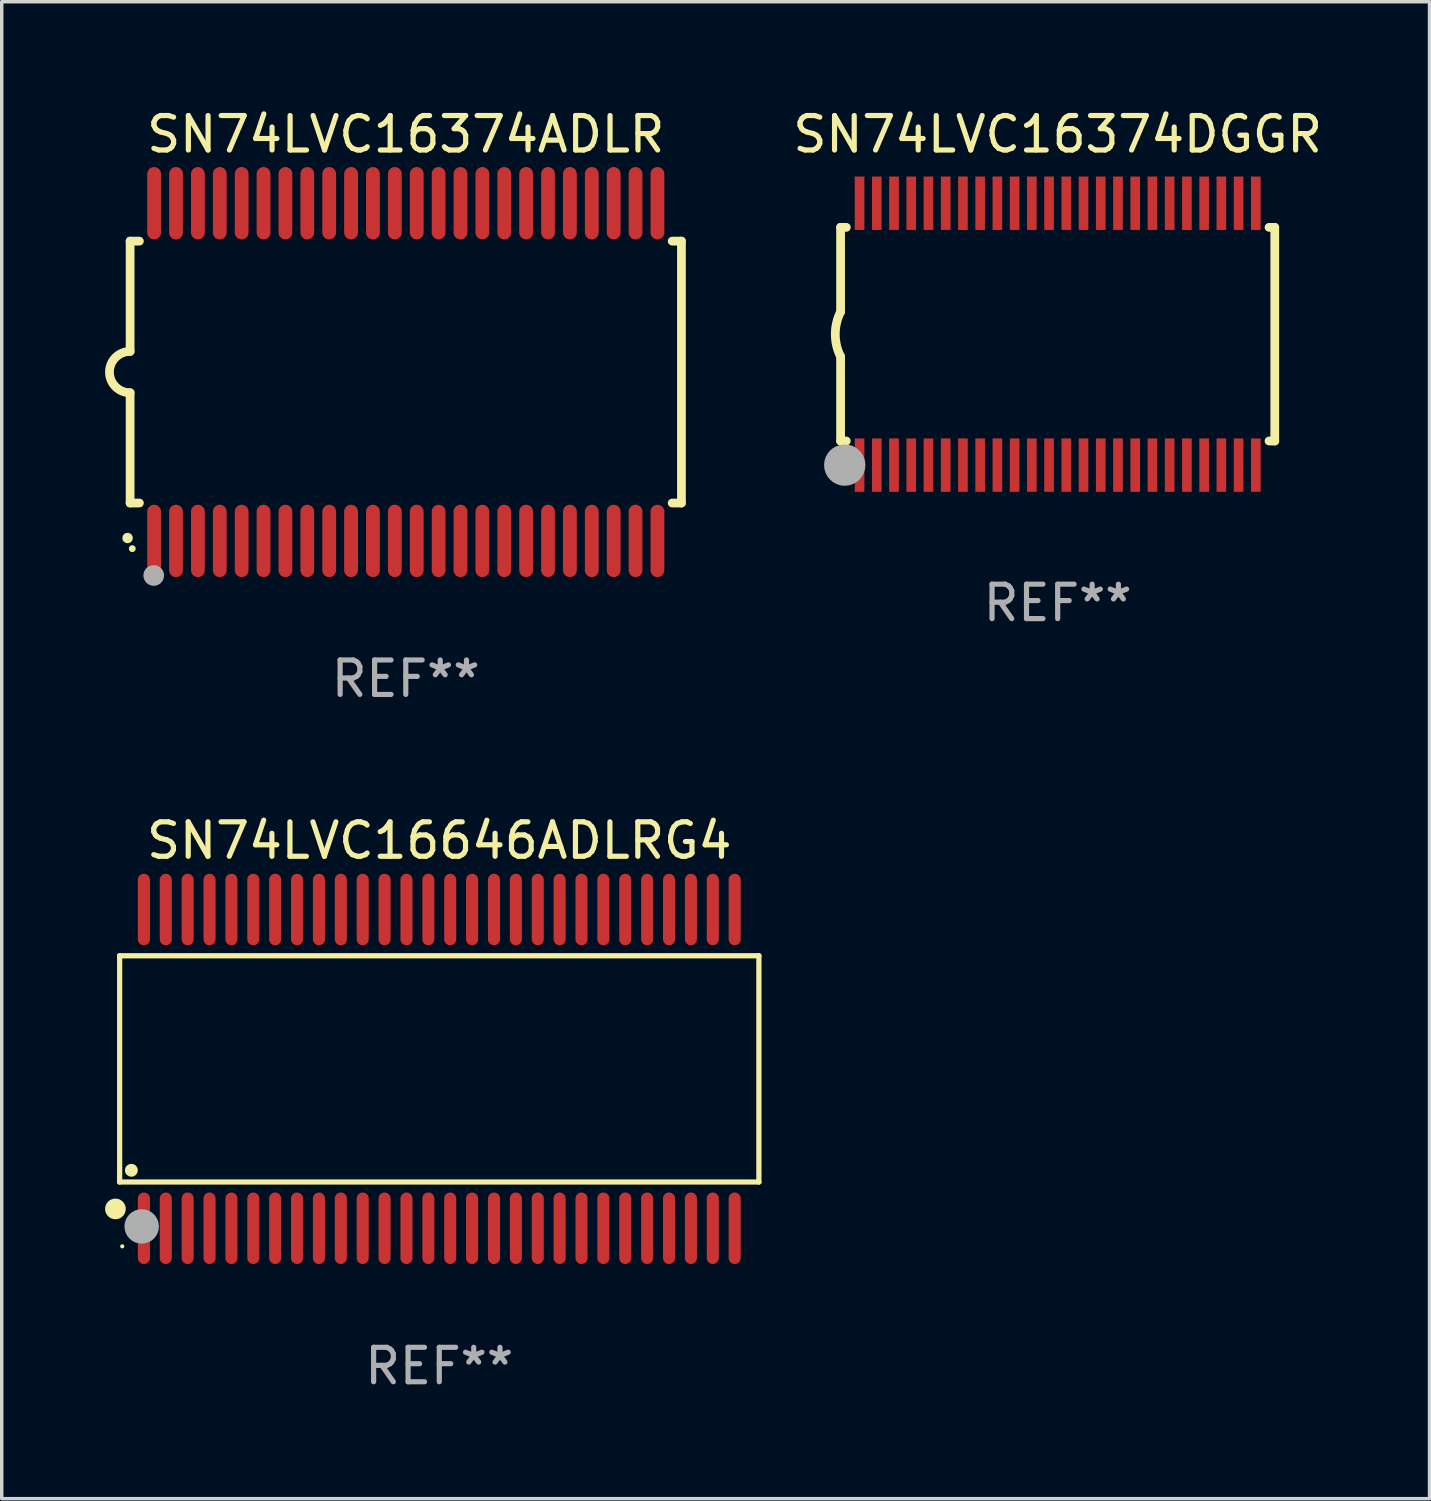
<source format=kicad_pcb>
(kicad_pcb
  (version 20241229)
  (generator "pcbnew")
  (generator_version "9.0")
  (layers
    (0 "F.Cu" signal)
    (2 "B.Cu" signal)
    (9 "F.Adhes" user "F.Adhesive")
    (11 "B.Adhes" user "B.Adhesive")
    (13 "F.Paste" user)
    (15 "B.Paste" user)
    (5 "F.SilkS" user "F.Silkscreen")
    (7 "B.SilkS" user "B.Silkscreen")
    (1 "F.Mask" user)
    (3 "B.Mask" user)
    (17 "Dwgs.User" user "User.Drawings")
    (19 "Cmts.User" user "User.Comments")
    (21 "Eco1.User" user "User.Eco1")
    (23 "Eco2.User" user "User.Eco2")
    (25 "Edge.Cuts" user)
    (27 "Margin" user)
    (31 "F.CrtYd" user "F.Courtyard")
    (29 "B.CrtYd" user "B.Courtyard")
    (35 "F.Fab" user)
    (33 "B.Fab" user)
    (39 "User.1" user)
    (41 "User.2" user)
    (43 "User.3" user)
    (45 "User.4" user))
  (footprint "SN74LVC16374ADLR"
    (layer "F.Cu")
    (at 8.726 7.748)
    (property "Reference" "SN74LVC16374ADLR" (at 0 -6.9 0) (layer "F.SilkS") (effects (font (size 1 1) (thickness 0.15))))
    (attr through_hole)
    (fp_line (start -8 -3.8) (end -8 -0.599) (stroke (width 0.254) (type solid)) (layer "F.SilkS"))
    (fp_line (start -8 -3.8) (end -7.731 -3.8) (stroke (width 0.254) (type solid)) (layer "F.SilkS"))
    (fp_line (start -8 3.8) (end -8 0.599) (stroke (width 0.254) (type solid)) (layer "F.SilkS"))
    (fp_line (start -7.731 3.8) (end -8 3.8) (stroke (width 0.254) (type solid)) (layer "F.SilkS"))
    (fp_line (start 7.731 -3.8) (end 8 -3.8) (stroke (width 0.254) (type solid)) (layer "F.SilkS"))
    (fp_line (start 8 -3.8) (end 8 3.8) (stroke (width 0.254) (type solid)) (layer "F.SilkS"))
    (fp_line (start 8 3.8) (end 7.731 3.8) (stroke (width 0.254) (type solid)) (layer "F.SilkS"))
    (fp_arc (start -8.074676 4.81585) (mid -8.073406 4.815845) (end -8.072136 4.81585) (stroke (width 0.3) (type solid)) (layer "F.SilkS"))
    (fp_arc (start -8.000025 0.6) (mid -8.598908 0.00056) (end -8.000027 -0.598882) (stroke (width 0.254001) (type solid)) (layer "F.SilkS"))
    (fp_circle (center -7.937 5.125) (end -7.887 5.125) (stroke (width 0.1) (type solid)) (fill no) (layer "F.SilkS"))
    (fp_circle (center -7.315 5.903) (end -7.165 5.903) (stroke (width 0.3) (type solid)) (fill no) (layer "F.Fab"))
    (fp_text user "REF**" (at 0 8.9 0) (layer "F.Fab") (effects (font (size 1 1) (thickness 0.15))))
    (pad "1" smd oval (at -7.303 4.9) (size 0.4 2.1) (layers "F.Cu" "F.Mask" "F.Paste"))
    (pad "2" smd oval (at -6.668 4.9) (size 0.4 2.1) (layers "F.Cu" "F.Mask" "F.Paste"))
    (pad "3" smd oval (at -6.033 4.9) (size 0.4 2.1) (layers "F.Cu" "F.Mask" "F.Paste"))
    (pad "4" smd oval (at -5.398 4.9) (size 0.4 2.1) (layers "F.Cu" "F.Mask" "F.Paste"))
    (pad "5" smd oval (at -4.763 4.9) (size 0.4 2.1) (layers "F.Cu" "F.Mask" "F.Paste"))
    (pad "6" smd oval (at -4.128 4.9) (size 0.4 2.1) (layers "F.Cu" "F.Mask" "F.Paste"))
    (pad "7" smd oval (at -3.493 4.9) (size 0.4 2.1) (layers "F.Cu" "F.Mask" "F.Paste"))
    (pad "8" smd oval (at -2.858 4.9) (size 0.4 2.1) (layers "F.Cu" "F.Mask" "F.Paste"))
    (pad "9" smd oval (at -2.223 4.9) (size 0.4 2.1) (layers "F.Cu" "F.Mask" "F.Paste"))
    (pad "10" smd oval (at -1.588 4.9) (size 0.4 2.1) (layers "F.Cu" "F.Mask" "F.Paste"))
    (pad "11" smd oval (at -0.953 4.9) (size 0.4 2.1) (layers "F.Cu" "F.Mask" "F.Paste"))
    (pad "12" smd oval (at -0.318 4.9) (size 0.4 2.1) (layers "F.Cu" "F.Mask" "F.Paste"))
    (pad "13" smd oval (at 0.318 4.9) (size 0.4 2.1) (layers "F.Cu" "F.Mask" "F.Paste"))
    (pad "14" smd oval (at 0.953 4.9) (size 0.4 2.1) (layers "F.Cu" "F.Mask" "F.Paste"))
    (pad "15" smd oval (at 1.588 4.9) (size 0.4 2.1) (layers "F.Cu" "F.Mask" "F.Paste"))
    (pad "16" smd oval (at 2.223 4.9) (size 0.4 2.1) (layers "F.Cu" "F.Mask" "F.Paste"))
    (pad "17" smd oval (at 2.858 4.9) (size 0.4 2.1) (layers "F.Cu" "F.Mask" "F.Paste"))
    (pad "18" smd oval (at 3.493 4.9) (size 0.4 2.1) (layers "F.Cu" "F.Mask" "F.Paste"))
    (pad "19" smd oval (at 4.128 4.9) (size 0.4 2.1) (layers "F.Cu" "F.Mask" "F.Paste"))
    (pad "20" smd oval (at 4.763 4.9) (size 0.4 2.1) (layers "F.Cu" "F.Mask" "F.Paste"))
    (pad "21" smd oval (at 5.398 4.9) (size 0.4 2.1) (layers "F.Cu" "F.Mask" "F.Paste"))
    (pad "22" smd oval (at 6.033 4.9) (size 0.4 2.1) (layers "F.Cu" "F.Mask" "F.Paste"))
    (pad "23" smd oval (at 6.668 4.9) (size 0.4 2.1) (layers "F.Cu" "F.Mask" "F.Paste"))
    (pad "24" smd oval (at 7.303 4.9) (size 0.4 2.1) (layers "F.Cu" "F.Mask" "F.Paste"))
    (pad "25" smd oval (at 7.303 -4.9 180) (size 0.4 2.1) (layers "F.Cu" "F.Mask" "F.Paste"))
    (pad "26" smd oval (at 6.668 -4.9 180) (size 0.4 2.1) (layers "F.Cu" "F.Mask" "F.Paste"))
    (pad "27" smd oval (at 6.033 -4.9 180) (size 0.4 2.1) (layers "F.Cu" "F.Mask" "F.Paste"))
    (pad "28" smd oval (at 5.398 -4.9 180) (size 0.4 2.1) (layers "F.Cu" "F.Mask" "F.Paste"))
    (pad "29" smd oval (at 4.763 -4.9 180) (size 0.4 2.1) (layers "F.Cu" "F.Mask" "F.Paste"))
    (pad "30" smd oval (at 4.128 -4.9 180) (size 0.4 2.1) (layers "F.Cu" "F.Mask" "F.Paste"))
    (pad "31" smd oval (at 3.493 -4.9 180) (size 0.4 2.1) (layers "F.Cu" "F.Mask" "F.Paste"))
    (pad "32" smd oval (at 2.858 -4.9 180) (size 0.4 2.1) (layers "F.Cu" "F.Mask" "F.Paste"))
    (pad "33" smd oval (at 2.223 -4.9 180) (size 0.4 2.1) (layers "F.Cu" "F.Mask" "F.Paste"))
    (pad "34" smd oval (at 1.588 -4.9 180) (size 0.4 2.1) (layers "F.Cu" "F.Mask" "F.Paste"))
    (pad "35" smd oval (at 0.953 -4.9 180) (size 0.4 2.1) (layers "F.Cu" "F.Mask" "F.Paste"))
    (pad "36" smd oval (at 0.318 -4.9 180) (size 0.4 2.1) (layers "F.Cu" "F.Mask" "F.Paste"))
    (pad "37" smd oval (at -0.318 -4.9 180) (size 0.4 2.1) (layers "F.Cu" "F.Mask" "F.Paste"))
    (pad "38" smd oval (at -0.953 -4.9 180) (size 0.4 2.1) (layers "F.Cu" "F.Mask" "F.Paste"))
    (pad "39" smd oval (at -1.588 -4.9 180) (size 0.4 2.1) (layers "F.Cu" "F.Mask" "F.Paste"))
    (pad "40" smd oval (at -2.223 -4.9 180) (size 0.4 2.1) (layers "F.Cu" "F.Mask" "F.Paste"))
    (pad "41" smd oval (at -2.858 -4.9 180) (size 0.4 2.1) (layers "F.Cu" "F.Mask" "F.Paste"))
    (pad "42" smd oval (at -3.493 -4.9 180) (size 0.4 2.1) (layers "F.Cu" "F.Mask" "F.Paste"))
    (pad "43" smd oval (at -4.128 -4.9 180) (size 0.4 2.1) (layers "F.Cu" "F.Mask" "F.Paste"))
    (pad "44" smd oval (at -4.763 -4.9 180) (size 0.4 2.1) (layers "F.Cu" "F.Mask" "F.Paste"))
    (pad "45" smd oval (at -5.398 -4.9 180) (size 0.4 2.1) (layers "F.Cu" "F.Mask" "F.Paste"))
    (pad "46" smd oval (at -6.033 -4.9 180) (size 0.4 2.1) (layers "F.Cu" "F.Mask" "F.Paste"))
    (pad "47" smd oval (at -6.668 -4.9 180) (size 0.4 2.1) (layers "F.Cu" "F.Mask" "F.Paste"))
    (pad "48" smd oval (at -7.303 -4.9 180) (size 0.4 2.1) (layers "F.Cu" "F.Mask" "F.Paste")))
  (footprint "SN74LVC16374DGGR"
    (layer "F.Cu")
    (at 27.645 6.648)
    (property "Reference" "SN74LVC16374DGGR" (at 0 -5.8 0) (layer "F.SilkS") (effects (font (size 1 1) (thickness 0.15))))
    (attr through_hole)
    (fp_line (start -6.3 -3.1) (end -6.3 -0.65) (stroke (width 0.254) (type solid)) (layer "F.SilkS"))
    (fp_line (start -6.3 -3.1) (end -6.134 -3.1) (stroke (width 0.254) (type solid)) (layer "F.SilkS"))
    (fp_line (start -6.3 3.1) (end -6.3 0.65) (stroke (width 0.254) (type solid)) (layer "F.SilkS"))
    (fp_line (start -6.3 3.1) (end -6.134 3.1) (stroke (width 0.254) (type solid)) (layer "F.SilkS"))
    (fp_line (start 6.134 -3.1) (end 6.3 -3.1) (stroke (width 0.254) (type solid)) (layer "F.SilkS"))
    (fp_line (start 6.134 3.1) (end 6.3 3.1) (stroke (width 0.254) (type solid)) (layer "F.SilkS"))
    (fp_line (start 6.3 -3.1) (end 6.3 3.1) (stroke (width 0.254) (type solid)) (layer "F.SilkS"))
    (fp_arc (start -6.301016 0.650114) (mid -6.45413 -0.000082) (end -6.3 -0.650038) (stroke (width 0.254001) (type solid)) (layer "F.SilkS"))
    (fp_circle (center -6.35 3.81) (end -6.223 3.81) (stroke (width 0.254) (type solid)) (fill no) (layer "F.SilkS"))
    (fp_circle (center -6.25 4.05) (end -6.22 4.05) (stroke (width 0.06) (type solid)) (fill no) (layer "F.SilkS"))
    (fp_circle (center -6.18 3.8) (end -5.88 3.8) (stroke (width 0.6) (type solid)) (fill no) (layer "F.Fab"))
    (fp_text user "REF**" (at 0 7.8 0) (layer "F.Fab") (effects (font (size 1 1) (thickness 0.15))))
    (pad "1" smd rect (at -5.75 3.8) (size 0.28 1.55) (layers "F.Cu" "F.Mask" "F.Paste"))
    (pad "2" smd rect (at -5.25 3.8) (size 0.28 1.55) (layers "F.Cu" "F.Mask" "F.Paste"))
    (pad "3" smd rect (at -4.75 3.8) (size 0.28 1.55) (layers "F.Cu" "F.Mask" "F.Paste"))
    (pad "4" smd rect (at -4.25 3.8) (size 0.28 1.55) (layers "F.Cu" "F.Mask" "F.Paste"))
    (pad "5" smd rect (at -3.75 3.8) (size 0.28 1.55) (layers "F.Cu" "F.Mask" "F.Paste"))
    (pad "6" smd rect (at -3.25 3.8) (size 0.28 1.55) (layers "F.Cu" "F.Mask" "F.Paste"))
    (pad "7" smd rect (at -2.75 3.8) (size 0.28 1.55) (layers "F.Cu" "F.Mask" "F.Paste"))
    (pad "8" smd rect (at -2.25 3.8) (size 0.28 1.55) (layers "F.Cu" "F.Mask" "F.Paste"))
    (pad "9" smd rect (at -1.75 3.8) (size 0.28 1.55) (layers "F.Cu" "F.Mask" "F.Paste"))
    (pad "10" smd rect (at -1.25 3.8) (size 0.28 1.55) (layers "F.Cu" "F.Mask" "F.Paste"))
    (pad "11" smd rect (at -0.75 3.8) (size 0.28 1.55) (layers "F.Cu" "F.Mask" "F.Paste"))
    (pad "12" smd rect (at -0.25 3.8) (size 0.28 1.55) (layers "F.Cu" "F.Mask" "F.Paste"))
    (pad "13" smd rect (at 0.25 3.8) (size 0.28 1.55) (layers "F.Cu" "F.Mask" "F.Paste"))
    (pad "14" smd rect (at 0.75 3.8) (size 0.28 1.55) (layers "F.Cu" "F.Mask" "F.Paste"))
    (pad "15" smd rect (at 1.25 3.8) (size 0.28 1.55) (layers "F.Cu" "F.Mask" "F.Paste"))
    (pad "16" smd rect (at 1.75 3.8) (size 0.28 1.55) (layers "F.Cu" "F.Mask" "F.Paste"))
    (pad "17" smd rect (at 2.25 3.8) (size 0.28 1.55) (layers "F.Cu" "F.Mask" "F.Paste"))
    (pad "18" smd rect (at 2.75 3.8) (size 0.28 1.55) (layers "F.Cu" "F.Mask" "F.Paste"))
    (pad "19" smd rect (at 3.25 3.8) (size 0.28 1.55) (layers "F.Cu" "F.Mask" "F.Paste"))
    (pad "20" smd rect (at 3.75 3.8) (size 0.28 1.55) (layers "F.Cu" "F.Mask" "F.Paste"))
    (pad "21" smd rect (at 4.25 3.8) (size 0.28 1.55) (layers "F.Cu" "F.Mask" "F.Paste"))
    (pad "22" smd rect (at 4.75 3.8) (size 0.28 1.55) (layers "F.Cu" "F.Mask" "F.Paste"))
    (pad "23" smd rect (at 5.25 3.8) (size 0.28 1.55) (layers "F.Cu" "F.Mask" "F.Paste"))
    (pad "24" smd rect (at 5.75 3.8) (size 0.28 1.55) (layers "F.Cu" "F.Mask" "F.Paste"))
    (pad "25" smd rect (at 5.75 -3.8) (size 0.28 1.55) (layers "F.Cu" "F.Mask" "F.Paste"))
    (pad "26" smd rect (at 5.25 -3.8) (size 0.28 1.55) (layers "F.Cu" "F.Mask" "F.Paste"))
    (pad "27" smd rect (at 4.75 -3.8) (size 0.28 1.55) (layers "F.Cu" "F.Mask" "F.Paste"))
    (pad "28" smd rect (at 4.25 -3.8) (size 0.28 1.55) (layers "F.Cu" "F.Mask" "F.Paste"))
    (pad "29" smd rect (at 3.75 -3.8) (size 0.28 1.55) (layers "F.Cu" "F.Mask" "F.Paste"))
    (pad "30" smd rect (at 3.25 -3.8) (size 0.28 1.55) (layers "F.Cu" "F.Mask" "F.Paste"))
    (pad "31" smd rect (at 2.75 -3.8) (size 0.28 1.55) (layers "F.Cu" "F.Mask" "F.Paste"))
    (pad "32" smd rect (at 2.25 -3.8) (size 0.28 1.55) (layers "F.Cu" "F.Mask" "F.Paste"))
    (pad "33" smd rect (at 1.75 -3.8) (size 0.28 1.55) (layers "F.Cu" "F.Mask" "F.Paste"))
    (pad "34" smd rect (at 1.25 -3.8) (size 0.28 1.55) (layers "F.Cu" "F.Mask" "F.Paste"))
    (pad "35" smd rect (at 0.75 -3.8) (size 0.28 1.55) (layers "F.Cu" "F.Mask" "F.Paste"))
    (pad "36" smd rect (at 0.25 -3.8) (size 0.28 1.55) (layers "F.Cu" "F.Mask" "F.Paste"))
    (pad "37" smd rect (at -0.25 -3.8) (size 0.28 1.55) (layers "F.Cu" "F.Mask" "F.Paste"))
    (pad "38" smd rect (at -0.75 -3.8) (size 0.28 1.55) (layers "F.Cu" "F.Mask" "F.Paste"))
    (pad "39" smd rect (at -1.25 -3.8) (size 0.28 1.55) (layers "F.Cu" "F.Mask" "F.Paste"))
    (pad "40" smd rect (at -1.75 -3.8) (size 0.28 1.55) (layers "F.Cu" "F.Mask" "F.Paste"))
    (pad "41" smd rect (at -2.25 -3.8) (size 0.28 1.55) (layers "F.Cu" "F.Mask" "F.Paste"))
    (pad "42" smd rect (at -2.75 -3.8) (size 0.28 1.55) (layers "F.Cu" "F.Mask" "F.Paste"))
    (pad "43" smd rect (at -3.25 -3.8) (size 0.28 1.55) (layers "F.Cu" "F.Mask" "F.Paste"))
    (pad "44" smd rect (at -3.75 -3.8) (size 0.28 1.55) (layers "F.Cu" "F.Mask" "F.Paste"))
    (pad "45" smd rect (at -4.25 -3.8) (size 0.28 1.55) (layers "F.Cu" "F.Mask" "F.Paste"))
    (pad "46" smd rect (at -4.75 -3.8) (size 0.28 1.55) (layers "F.Cu" "F.Mask" "F.Paste"))
    (pad "47" smd rect (at -5.25 -3.8) (size 0.28 1.55) (layers "F.Cu" "F.Mask" "F.Paste"))
    (pad "48" smd rect (at -5.75 -3.8) (size 0.28 1.55) (layers "F.Cu" "F.Mask" "F.Paste")))
  (footprint "SN74LVC16646ADLRG4"
    (layer "F.Cu")
    (at 9.698 27.97)
    (property "Reference" "SN74LVC16646ADLRG4" (at 0 -6.625 0) (layer "F.SilkS") (effects (font (size 1 1) (thickness 0.15))))
    (attr through_hole)
    (fp_line (start -9.276 -3.283) (end 9.276 -3.283) (stroke (width 0.152) (type solid)) (layer "F.SilkS"))
    (fp_line (start -9.276 3.283) (end -9.276 -3.283) (stroke (width 0.152) (type solid)) (layer "F.SilkS"))
    (fp_line (start 9.276 -3.283) (end 9.276 3.283) (stroke (width 0.152) (type solid)) (layer "F.SilkS"))
    (fp_line (start 9.276 3.283) (end -9.276 3.283) (stroke (width 0.152) (type solid)) (layer "F.SilkS"))
    (fp_circle (center -9.398 4.064) (end -9.248 4.064) (stroke (width 0.3) (type solid)) (fill no) (layer "F.SilkS"))
    (fp_circle (center -9.2 5.15) (end -9.17 5.15) (stroke (width 0.06) (type solid)) (fill no) (layer "F.SilkS"))
    (fp_circle (center -8.936 2.943) (end -8.842 2.943) (stroke (width 0.188) (type solid)) (fill no) (layer "F.SilkS"))
    (fp_circle (center -8.636 4.572) (end -8.386 4.572) (stroke (width 0.5) (type solid)) (fill no) (layer "F.Fab"))
    (fp_text user "REF**" (at 0 8.625 0) (layer "F.Fab") (effects (font (size 1 1) (thickness 0.15))))
    (pad "1" smd oval (at -8.572 4.625 90) (size 2.075 0.35) (layers "F.Cu" "F.Mask" "F.Paste"))
    (pad "2" smd oval (at -7.937 4.625 90) (size 2.075 0.35) (layers "F.Cu" "F.Mask" "F.Paste"))
    (pad "3" smd oval (at -7.302 4.625 90) (size 2.075 0.35) (layers "F.Cu" "F.Mask" "F.Paste"))
    (pad "4" smd oval (at -6.667 4.625 90) (size 2.075 0.35) (layers "F.Cu" "F.Mask" "F.Paste"))
    (pad "5" smd oval (at -6.032 4.625 90) (size 2.075 0.35) (layers "F.Cu" "F.Mask" "F.Paste"))
    (pad "6" smd oval (at -5.397 4.625 90) (size 2.075 0.35) (layers "F.Cu" "F.Mask" "F.Paste"))
    (pad "7" smd oval (at -4.762 4.625 90) (size 2.075 0.35) (layers "F.Cu" "F.Mask" "F.Paste"))
    (pad "8" smd oval (at -4.127 4.625 90) (size 2.075 0.35) (layers "F.Cu" "F.Mask" "F.Paste"))
    (pad "9" smd oval (at -3.492 4.625 90) (size 2.075 0.35) (layers "F.Cu" "F.Mask" "F.Paste"))
    (pad "10" smd oval (at -2.857 4.625 90) (size 2.075 0.35) (layers "F.Cu" "F.Mask" "F.Paste"))
    (pad "11" smd oval (at -2.222 4.625 90) (size 2.075 0.35) (layers "F.Cu" "F.Mask" "F.Paste"))
    (pad "12" smd oval (at -1.587 4.625 90) (size 2.075 0.35) (layers "F.Cu" "F.Mask" "F.Paste"))
    (pad "13" smd oval (at -0.952 4.625 90) (size 2.075 0.35) (layers "F.Cu" "F.Mask" "F.Paste"))
    (pad "14" smd oval (at -0.317 4.625 90) (size 2.075 0.35) (layers "F.Cu" "F.Mask" "F.Paste"))
    (pad "15" smd oval (at 0.318 4.625 90) (size 2.075 0.35) (layers "F.Cu" "F.Mask" "F.Paste"))
    (pad "16" smd oval (at 0.953 4.625 90) (size 2.075 0.35) (layers "F.Cu" "F.Mask" "F.Paste"))
    (pad "17" smd oval (at 1.588 4.625 90) (size 2.075 0.35) (layers "F.Cu" "F.Mask" "F.Paste"))
    (pad "18" smd oval (at 2.223 4.625 90) (size 2.075 0.35) (layers "F.Cu" "F.Mask" "F.Paste"))
    (pad "19" smd oval (at 2.858 4.625 90) (size 2.075 0.35) (layers "F.Cu" "F.Mask" "F.Paste"))
    (pad "20" smd oval (at 3.493 4.625 90) (size 2.075 0.35) (layers "F.Cu" "F.Mask" "F.Paste"))
    (pad "21" smd oval (at 4.128 4.625 90) (size 2.075 0.35) (layers "F.Cu" "F.Mask" "F.Paste"))
    (pad "22" smd oval (at 4.763 4.625 90) (size 2.075 0.35) (layers "F.Cu" "F.Mask" "F.Paste"))
    (pad "23" smd oval (at 5.398 4.625 90) (size 2.075 0.35) (layers "F.Cu" "F.Mask" "F.Paste"))
    (pad "24" smd oval (at 6.033 4.625 90) (size 2.075 0.35) (layers "F.Cu" "F.Mask" "F.Paste"))
    (pad "25" smd oval (at 6.668 4.625 90) (size 2.075 0.35) (layers "F.Cu" "F.Mask" "F.Paste"))
    (pad "26" smd oval (at 7.303 4.625 90) (size 2.075 0.35) (layers "F.Cu" "F.Mask" "F.Paste"))
    (pad "27" smd oval (at 7.938 4.625 90) (size 2.075 0.35) (layers "F.Cu" "F.Mask" "F.Paste"))
    (pad "28" smd oval (at 8.573 4.625 90) (size 2.075 0.35) (layers "F.Cu" "F.Mask" "F.Paste"))
    (pad "29" smd oval (at 8.573 -4.625 90) (size 2.075 0.35) (layers "F.Cu" "F.Mask" "F.Paste"))
    (pad "30" smd oval (at 7.938 -4.625 90) (size 2.075 0.35) (layers "F.Cu" "F.Mask" "F.Paste"))
    (pad "31" smd oval (at 7.303 -4.625 90) (size 2.075 0.35) (layers "F.Cu" "F.Mask" "F.Paste"))
    (pad "32" smd oval (at 6.668 -4.625 90) (size 2.075 0.35) (layers "F.Cu" "F.Mask" "F.Paste"))
    (pad "33" smd oval (at 6.033 -4.625 90) (size 2.075 0.35) (layers "F.Cu" "F.Mask" "F.Paste"))
    (pad "34" smd oval (at 5.398 -4.625 90) (size 2.075 0.35) (layers "F.Cu" "F.Mask" "F.Paste"))
    (pad "35" smd oval (at 4.763 -4.625 90) (size 2.075 0.35) (layers "F.Cu" "F.Mask" "F.Paste"))
    (pad "36" smd oval (at 4.128 -4.625 90) (size 2.075 0.35) (layers "F.Cu" "F.Mask" "F.Paste"))
    (pad "37" smd oval (at 3.493 -4.625 90) (size 2.075 0.35) (layers "F.Cu" "F.Mask" "F.Paste"))
    (pad "38" smd oval (at 2.858 -4.625 90) (size 2.075 0.35) (layers "F.Cu" "F.Mask" "F.Paste"))
    (pad "39" smd oval (at 2.223 -4.625 90) (size 2.075 0.35) (layers "F.Cu" "F.Mask" "F.Paste"))
    (pad "40" smd oval (at 1.588 -4.625 90) (size 2.075 0.35) (layers "F.Cu" "F.Mask" "F.Paste"))
    (pad "41" smd oval (at 0.953 -4.625 90) (size 2.075 0.35) (layers "F.Cu" "F.Mask" "F.Paste"))
    (pad "42" smd oval (at 0.318 -4.625 90) (size 2.075 0.35) (layers "F.Cu" "F.Mask" "F.Paste"))
    (pad "43" smd oval (at -0.317 -4.625 90) (size 2.075 0.35) (layers "F.Cu" "F.Mask" "F.Paste"))
    (pad "44" smd oval (at -0.952 -4.625 90) (size 2.075 0.35) (layers "F.Cu" "F.Mask" "F.Paste"))
    (pad "45" smd oval (at -1.587 -4.625 90) (size 2.075 0.35) (layers "F.Cu" "F.Mask" "F.Paste"))
    (pad "46" smd oval (at -2.222 -4.625 90) (size 2.075 0.35) (layers "F.Cu" "F.Mask" "F.Paste"))
    (pad "47" smd oval (at -2.857 -4.625 90) (size 2.075 0.35) (layers "F.Cu" "F.Mask" "F.Paste"))
    (pad "48" smd oval (at -3.492 -4.625 90) (size 2.075 0.35) (layers "F.Cu" "F.Mask" "F.Paste"))
    (pad "49" smd oval (at -4.127 -4.625 90) (size 2.075 0.35) (layers "F.Cu" "F.Mask" "F.Paste"))
    (pad "50" smd oval (at -4.762 -4.625 90) (size 2.075 0.35) (layers "F.Cu" "F.Mask" "F.Paste"))
    (pad "51" smd oval (at -5.397 -4.625 90) (size 2.075 0.35) (layers "F.Cu" "F.Mask" "F.Paste"))
    (pad "52" smd oval (at -6.032 -4.625 90) (size 2.075 0.35) (layers "F.Cu" "F.Mask" "F.Paste"))
    (pad "53" smd oval (at -6.667 -4.625 90) (size 2.075 0.35) (layers "F.Cu" "F.Mask" "F.Paste"))
    (pad "54" smd oval (at -7.302 -4.625 90) (size 2.075 0.35) (layers "F.Cu" "F.Mask" "F.Paste"))
    (pad "55" smd oval (at -7.937 -4.625 90) (size 2.075 0.35) (layers "F.Cu" "F.Mask" "F.Paste"))
    (pad "56" smd oval (at -8.572 -4.625 90) (size 2.075 0.35) (layers "F.Cu" "F.Mask" "F.Paste")))
  (gr_rect
    (start -3 -3)
    (end 38.436 40.443)
    (stroke (width 0.1) (type default))
    (fill no)
    (layer "Edge.Cuts")))
</source>
